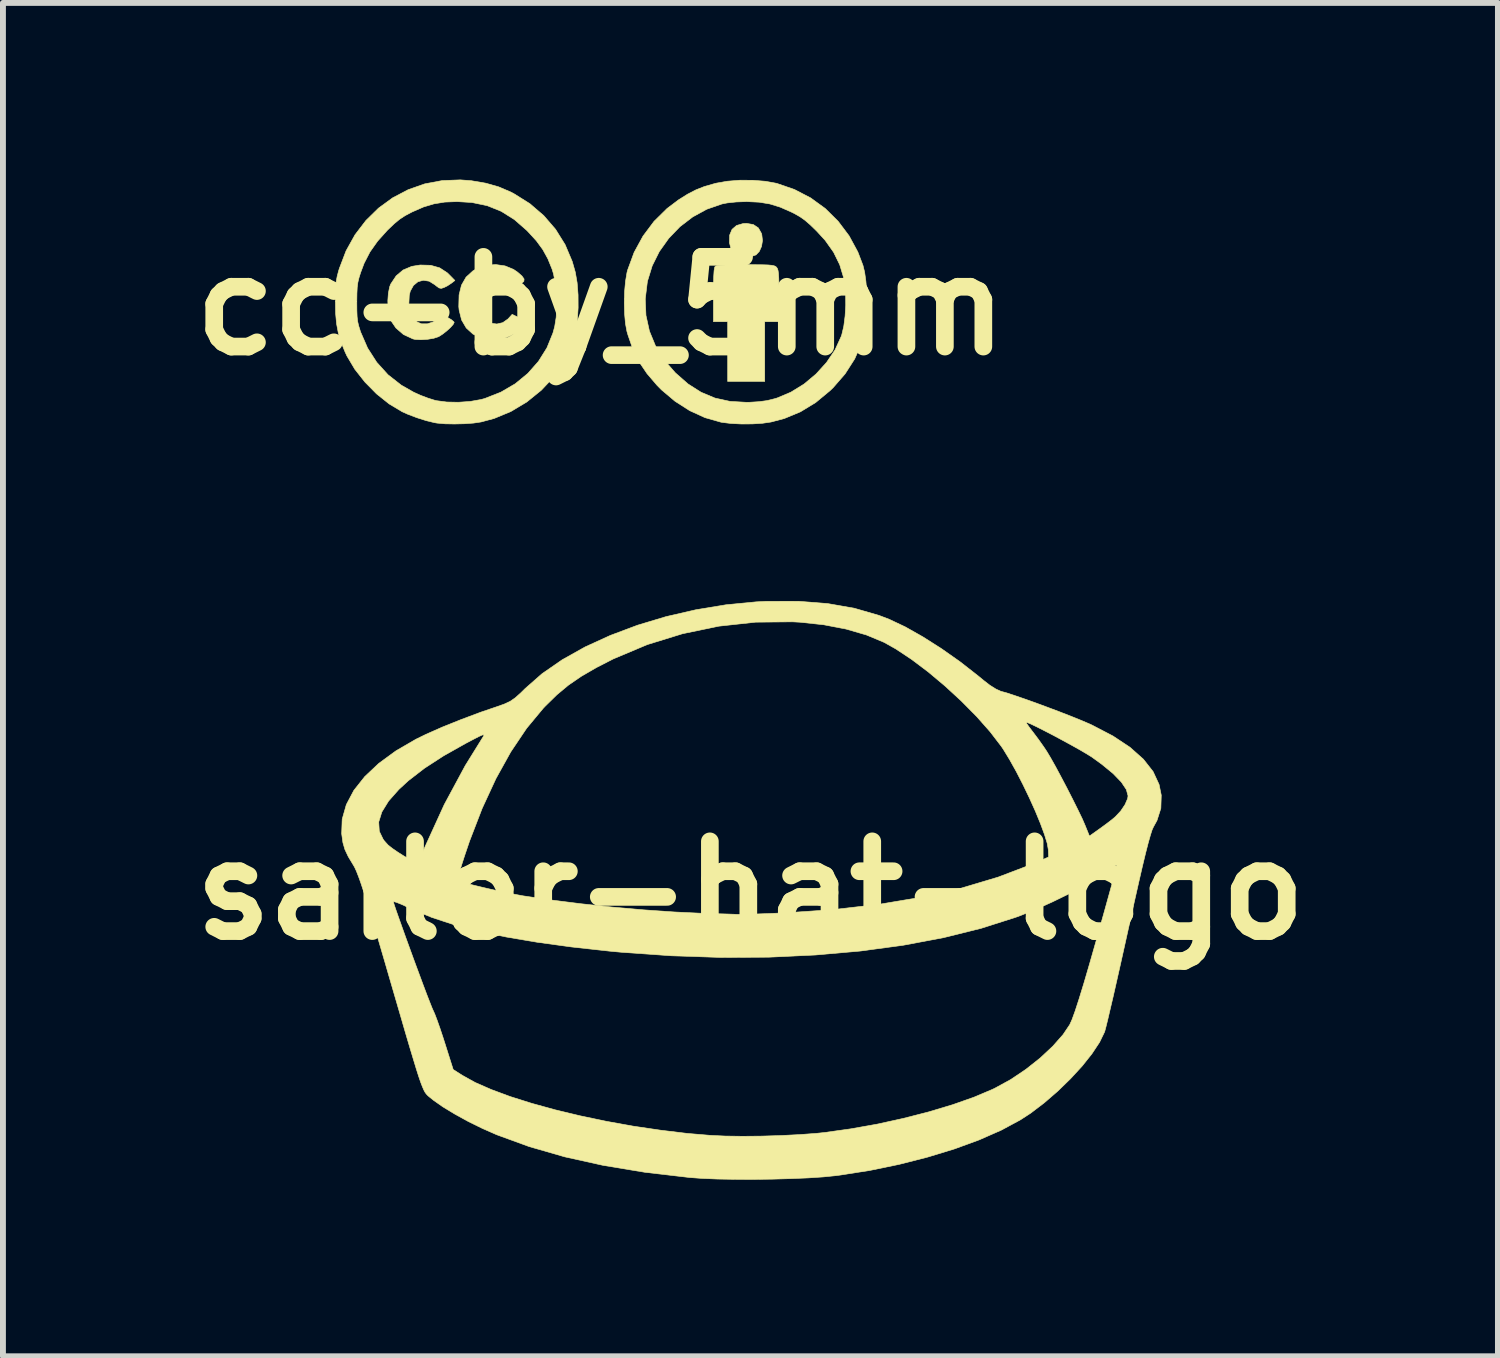
<source format=kicad_pcb>
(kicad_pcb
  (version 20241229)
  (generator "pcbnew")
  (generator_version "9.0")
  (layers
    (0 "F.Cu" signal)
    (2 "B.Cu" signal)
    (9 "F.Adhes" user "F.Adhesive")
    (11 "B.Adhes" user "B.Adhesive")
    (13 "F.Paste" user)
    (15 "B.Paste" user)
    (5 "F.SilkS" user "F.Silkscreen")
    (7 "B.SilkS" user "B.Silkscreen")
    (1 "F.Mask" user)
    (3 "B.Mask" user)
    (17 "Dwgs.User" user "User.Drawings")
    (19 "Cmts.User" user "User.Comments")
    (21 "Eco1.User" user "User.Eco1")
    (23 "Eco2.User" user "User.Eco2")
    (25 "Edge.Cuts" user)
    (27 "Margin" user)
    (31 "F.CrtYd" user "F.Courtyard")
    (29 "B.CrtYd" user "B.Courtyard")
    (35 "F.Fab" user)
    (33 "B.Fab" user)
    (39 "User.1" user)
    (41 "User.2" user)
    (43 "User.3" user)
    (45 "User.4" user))
  (footprint "sailor-hat-logo"
    (layer "F.Cu")
    (at 9.696 12.074)
    (property "Reference" "sailor-hat-logo" (at 0 0 0) (layer "F.SilkS") (effects (font (size 1.524 1.524) (thickness 0.3))))
    (attr through_hole)
    (fp_poly (pts (xy 1.31 -4.873) (xy 1.765 -4.793) (xy 2.183 -4.672) (xy 2.356 -4.606) (xy 2.627 -4.478) (xy 2.926 -4.309) (xy 3.241 -4.109) (xy 3.558 -3.886) (xy 3.864 -3.647) (xy 3.956 -3.571) (xy 4.064 -3.487) (xy 4.169 -3.421) (xy 4.25 -3.384) (xy 4.259 -3.381) (xy 4.345 -3.358) (xy 4.479 -3.314) (xy 4.648 -3.256) (xy 4.842 -3.187) (xy 5.047 -3.111) (xy 5.254 -3.033) (xy 5.449 -2.957) (xy 5.622 -2.887) (xy 5.76 -2.828) (xy 5.803 -2.808) (xy 6.156 -2.624) (xy 6.446 -2.432) (xy 6.673 -2.23) (xy 6.838 -2.02) (xy 6.94 -1.8) (xy 6.977 -1.618) (xy 6.97 -1.395) (xy 6.904 -1.188) (xy 6.844 -1.079) (xy 6.822 -1.031) (xy 6.794 -0.944) (xy 6.757 -0.814) (xy 6.712 -0.639) (xy 6.658 -0.415) (xy 6.594 -0.138) (xy 6.519 0.194) (xy 6.433 0.584) (xy 6.418 0.651) (xy 6.348 0.967) (xy 6.281 1.267) (xy 6.218 1.546) (xy 6.161 1.798) (xy 6.11 2.014) (xy 6.069 2.19) (xy 6.037 2.319) (xy 6.017 2.394) (xy 6.013 2.405) (xy 5.929 2.578) (xy 5.799 2.774) (xy 5.632 2.984) (xy 5.435 3.198) (xy 5.218 3.409) (xy 4.989 3.607) (xy 4.758 3.783) (xy 4.584 3.896) (xy 4.261 4.07) (xy 3.884 4.236) (xy 3.463 4.39) (xy 3.007 4.529) (xy 2.525 4.652) (xy 2.027 4.755) (xy 1.522 4.834) (xy 1.445 4.844) (xy 1.236 4.865) (xy 0.978 4.882) (xy 0.685 4.894) (xy 0.37 4.903) (xy 0.048 4.907) (xy -0.269 4.906) (xy -0.564 4.901) (xy -0.826 4.89) (xy -1.032 4.875) (xy -1.794 4.786) (xy -2.5 4.669) (xy -3.154 4.524) (xy -3.758 4.35) (xy -4.314 4.147) (xy -4.318 4.145) (xy -4.554 4.041) (xy -4.794 3.923) (xy -5.021 3.798) (xy -5.224 3.675) (xy -5.386 3.561) (xy -5.439 3.518) (xy -5.465 3.497) (xy -5.487 3.477) (xy -5.507 3.455) (xy -5.528 3.426) (xy -5.549 3.386) (xy -5.573 3.33) (xy -5.602 3.255) (xy -5.636 3.155) (xy -5.677 3.026) (xy -5.726 2.865) (xy -5.786 2.666) (xy -5.857 2.426) (xy -5.94 2.14) (xy -6.038 1.804) (xy -6.152 1.413) (xy -6.212 1.206) (xy -6.319 0.841) (xy -6.41 0.532) (xy -6.488 0.275) (xy -6.514 0.193) (xy -6.064 0.193) (xy -6.054 0.232) (xy -6.024 0.322) (xy -5.978 0.453) (xy -5.92 0.616) (xy -5.853 0.803) (xy -5.78 1.004) (xy -5.705 1.21) (xy -5.63 1.412) (xy -5.56 1.601) (xy -5.497 1.768) (xy -5.444 1.904) (xy -5.406 2) (xy -5.385 2.047) (xy -5.384 2.048) (xy -5.361 2.1) (xy -5.323 2.2) (xy -5.275 2.336) (xy -5.222 2.495) (xy -5.196 2.576) (xy -5.049 3.041) (xy -4.897 3.138) (xy -4.678 3.26) (xy -4.402 3.381) (xy -4.078 3.501) (xy -3.713 3.616) (xy -3.314 3.726) (xy -2.889 3.828) (xy -2.445 3.921) (xy -1.99 4.003) (xy -1.53 4.071) (xy -1.075 4.126) (xy -0.683 4.159) (xy -0.43 4.171) (xy -0.134 4.175) (xy 0.189 4.172) (xy 0.518 4.162) (xy 0.835 4.146) (xy 1.122 4.125) (xy 1.264 4.11) (xy 1.706 4.048) (xy 2.155 3.968) (xy 2.6 3.87) (xy 3.029 3.76) (xy 3.432 3.639) (xy 3.796 3.511) (xy 4.11 3.378) (xy 4.159 3.354) (xy 4.422 3.21) (xy 4.679 3.037) (xy 4.92 2.846) (xy 5.134 2.646) (xy 5.309 2.448) (xy 5.422 2.28) (xy 5.461 2.194) (xy 5.514 2.048) (xy 5.581 1.842) (xy 5.663 1.575) (xy 5.759 1.247) (xy 5.87 0.858) (xy 5.87 0.857) (xy 5.946 0.586) (xy 6.017 0.333) (xy 6.08 0.106) (xy 6.134 -0.089) (xy 6.177 -0.246) (xy 6.206 -0.358) (xy 6.222 -0.417) (xy 6.223 -0.426) (xy 6.204 -0.43) (xy 6.167 -0.406) (xy 6.033 -0.304) (xy 5.851 -0.186) (xy 5.631 -0.06) (xy 5.385 0.069) (xy 5.124 0.196) (xy 4.859 0.315) (xy 4.603 0.419) (xy 4.506 0.455) (xy 3.917 0.643) (xy 3.276 0.802) (xy 2.59 0.931) (xy 1.863 1.029) (xy 1.101 1.096) (xy 0.309 1.133) (xy -0.508 1.137) (xy -1.344 1.109) (xy -2.194 1.049) (xy -2.397 1.03) (xy -3.04 0.959) (xy -3.623 0.879) (xy -4.148 0.79) (xy -4.62 0.691) (xy -5.04 0.58) (xy -5.411 0.458) (xy -5.737 0.324) (xy -5.816 0.287) (xy -5.926 0.236) (xy -6.011 0.202) (xy -6.059 0.189) (xy -6.064 0.193) (xy -6.514 0.193) (xy -6.554 0.065) (xy -6.609 -0.102) (xy -6.634 -0.174) (xy -4.977 -0.174) (xy -4.976 -0.171) (xy -4.936 -0.154) (xy -4.845 -0.127) (xy -4.715 -0.093) (xy -4.558 -0.055) (xy -4.386 -0.015) (xy -4.211 0.023) (xy -4.044 0.057) (xy -3.897 0.085) (xy -3.858 0.092) (xy -3.391 0.161) (xy -2.882 0.225) (xy -2.35 0.282) (xy -1.815 0.329) (xy -1.297 0.365) (xy -0.815 0.388) (xy -0.683 0.392) (xy -0.531 0.396) (xy -0.388 0.4) (xy -0.276 0.404) (xy -0.238 0.406) (xy -0.169 0.406) (xy -0.048 0.404) (xy 0.114 0.399) (xy 0.305 0.392) (xy 0.514 0.383) (xy 0.587 0.38) (xy 1.405 0.325) (xy 2.178 0.236) (xy 2.904 0.114) (xy 3.581 -0.04) (xy 4.207 -0.227) (xy 4.78 -0.445) (xy 4.826 -0.465) (xy 5.064 -0.569) (xy 5.059 -0.692) (xy 5.04 -0.801) (xy 4.993 -0.953) (xy 4.924 -1.14) (xy 4.837 -1.351) (xy 4.736 -1.575) (xy 4.627 -1.801) (xy 4.514 -2.021) (xy 4.401 -2.223) (xy 4.295 -2.397) (xy 4.259 -2.45) (xy 4.071 -2.695) (xy 3.928 -2.857) (xy 4.683 -2.857) (xy 4.692 -2.835) (xy 4.733 -2.776) (xy 4.796 -2.693) (xy 4.798 -2.691) (xy 4.888 -2.571) (xy 4.98 -2.441) (xy 5.032 -2.363) (xy 5.096 -2.256) (xy 5.18 -2.107) (xy 5.275 -1.93) (xy 5.376 -1.738) (xy 5.474 -1.546) (xy 5.563 -1.367) (xy 5.636 -1.216) (xy 5.684 -1.105) (xy 5.684 -1.105) (xy 5.757 -0.924) (xy 5.934 -1.05) (xy 6.041 -1.128) (xy 6.139 -1.203) (xy 6.198 -1.253) (xy 6.288 -1.349) (xy 6.362 -1.459) (xy 6.406 -1.561) (xy 6.413 -1.607) (xy 6.384 -1.714) (xy 6.299 -1.841) (xy 6.16 -1.985) (xy 5.969 -2.142) (xy 5.798 -2.266) (xy 5.716 -2.317) (xy 5.599 -2.386) (xy 5.458 -2.465) (xy 5.302 -2.55) (xy 5.144 -2.635) (xy 4.993 -2.713) (xy 4.861 -2.78) (xy 4.758 -2.829) (xy 4.695 -2.855) (xy 4.683 -2.857) (xy 3.928 -2.857) (xy 3.842 -2.954) (xy 3.583 -3.216) (xy 3.305 -3.472) (xy 3.019 -3.712) (xy 2.735 -3.926) (xy 2.466 -4.104) (xy 2.27 -4.214) (xy 1.971 -4.339) (xy 1.624 -4.44) (xy 1.244 -4.513) (xy 0.843 -4.556) (xy 0.714 -4.563) (xy 0.087 -4.557) (xy -0.537 -4.489) (xy -1.153 -4.361) (xy -1.753 -4.176) (xy -2.33 -3.933) (xy -2.617 -3.786) (xy -2.874 -3.637) (xy -3.091 -3.488) (xy -3.288 -3.324) (xy -3.486 -3.13) (xy -3.521 -3.093) (xy -3.803 -2.753) (xy -4.071 -2.354) (xy -4.323 -1.9) (xy -4.557 -1.394) (xy -4.771 -0.839) (xy -4.857 -0.585) (xy -4.905 -0.436) (xy -4.943 -0.31) (xy -4.968 -0.219) (xy -4.977 -0.174) (xy -6.634 -0.174) (xy -6.655 -0.232) (xy -6.693 -0.329) (xy -6.725 -0.398) (xy -6.743 -0.429) (xy -6.831 -0.575) (xy -6.888 -0.696) (xy -6.922 -0.813) (xy -6.941 -0.95) (xy -6.943 -0.966) (xy -6.936 -1.163) (xy -6.314 -1.163) (xy -6.304 -1.005) (xy -6.234 -0.86) (xy -6.155 -0.772) (xy -6.086 -0.717) (xy -5.993 -0.653) (xy -5.889 -0.587) (xy -5.789 -0.529) (xy -5.707 -0.487) (xy -5.658 -0.47) (xy -5.65 -0.472) (xy -5.63 -0.508) (xy -5.593 -0.589) (xy -5.546 -0.699) (xy -5.526 -0.746) (xy -5.2 -1.46) (xy -4.844 -2.121) (xy -4.555 -2.587) (xy -4.531 -2.625) (xy -4.527 -2.644) (xy -4.551 -2.642) (xy -4.609 -2.617) (xy -4.71 -2.565) (xy -4.828 -2.503) (xy -5.212 -2.287) (xy -5.537 -2.076) (xy -5.81 -1.865) (xy -5.972 -1.716) (xy -6.147 -1.518) (xy -6.261 -1.333) (xy -6.314 -1.163) (xy -6.936 -1.163) (xy -6.934 -1.212) (xy -6.864 -1.458) (xy -6.736 -1.7) (xy -6.551 -1.934) (xy -6.312 -2.159) (xy -6.022 -2.371) (xy -5.683 -2.568) (xy -5.511 -2.652) (xy -5.233 -2.775) (xy -4.914 -2.903) (xy -4.578 -3.029) (xy -4.302 -3.123) (xy -4.176 -3.168) (xy -4.08 -3.213) (xy -3.995 -3.272) (xy -3.9 -3.357) (xy -3.826 -3.43) (xy -3.539 -3.682) (xy -3.198 -3.918) (xy -2.809 -4.136) (xy -2.38 -4.332) (xy -1.919 -4.505) (xy -1.434 -4.651) (xy -0.931 -4.767) (xy -0.418 -4.852) (xy 0.097 -4.902) (xy 0.27 -4.911) (xy 0.813 -4.912) (xy 1.31 -4.873)) (stroke (width 0.01) (type solid)) (fill yes) (layer "F.SilkS")))
  (footprint "cc-by_5mm"
    (layer "F.Cu")
    (at 7.156 2.147)
    (property "Reference" "cc-by_5mm" (at 0 0 0) (layer "F.SilkS") (effects (font (size 1.524 1.524) (thickness 0.3))))
    (attr through_hole)
    (fp_poly (pts (xy 2.589 -1.383) (xy 2.674 -1.326) (xy 2.727 -1.232) (xy 2.732 -1.214) (xy 2.744 -1.111) (xy 2.728 -1.012) (xy 2.69 -0.927) (xy 2.634 -0.868) (xy 2.568 -0.846) (xy 2.51 -0.841) (xy 2.48 -0.836) (xy 2.422 -0.835) (xy 2.357 -0.848) (xy 2.266 -0.895) (xy 2.209 -0.973) (xy 2.183 -1.075) (xy 2.186 -1.203) (xy 2.227 -1.301) (xy 2.303 -1.367) (xy 2.415 -1.4) (xy 2.475 -1.403) (xy 2.589 -1.383)) (stroke (width 0.01) (type solid)) (fill yes) (layer "F.SilkS"))
    (fp_poly (pts (xy 2.623 -0.701) (xy 2.749 -0.7) (xy 2.839 -0.697) (xy 2.901 -0.691) (xy 2.941 -0.683) (xy 2.967 -0.672) (xy 2.984 -0.657) (xy 2.998 -0.635) (xy 3.009 -0.6) (xy 3.016 -0.547) (xy 3.021 -0.466) (xy 3.023 -0.353) (xy 3.024 -0.199) (xy 3.024 -0.173) (xy 3.024 0.266) (xy 2.782 0.266) (xy 2.782 1.282) (xy 2.153 1.282) (xy 2.153 0.266) (xy 1.911 0.266) (xy 1.911 -0.189) (xy 1.912 -0.369) (xy 1.916 -0.505) (xy 1.922 -0.599) (xy 1.931 -0.654) (xy 1.94 -0.672) (xy 1.969 -0.684) (xy 2.032 -0.692) (xy 2.134 -0.697) (xy 2.277 -0.701) (xy 2.456 -0.702) (xy 2.623 -0.701)) (stroke (width 0.01) (type solid)) (fill yes) (layer "F.SilkS"))
    (fp_poly (pts (xy -1.629 -0.681) (xy -1.485 -0.622) (xy -1.416 -0.575) (xy -1.34 -0.508) (xy -1.305 -0.458) (xy -1.309 -0.418) (xy -1.353 -0.379) (xy -1.41 -0.346) (xy -1.538 -0.276) (xy -1.612 -0.356) (xy -1.699 -0.419) (xy -1.795 -0.439) (xy -1.89 -0.418) (xy -1.973 -0.358) (xy -2.02 -0.29) (xy -2.045 -0.207) (xy -2.055 -0.098) (xy -2.05 0.018) (xy -2.031 0.122) (xy -2.016 0.163) (xy -1.953 0.245) (xy -1.866 0.293) (xy -1.767 0.306) (xy -1.667 0.283) (xy -1.579 0.221) (xy -1.573 0.215) (xy -1.507 0.142) (xy -1.395 0.197) (xy -1.331 0.231) (xy -1.29 0.259) (xy -1.282 0.269) (xy -1.3 0.308) (xy -1.347 0.363) (xy -1.411 0.423) (xy -1.482 0.478) (xy -1.515 0.499) (xy -1.637 0.548) (xy -1.781 0.572) (xy -1.926 0.569) (xy -2.022 0.548) (xy -2.173 0.477) (xy -2.287 0.373) (xy -2.366 0.238) (xy -2.408 0.071) (xy -2.414 0.01) (xy -2.409 -0.188) (xy -2.368 -0.354) (xy -2.29 -0.49) (xy -2.174 -0.596) (xy -2.102 -0.638) (xy -1.95 -0.69) (xy -1.788 -0.704) (xy -1.629 -0.681)) (stroke (width 0.01) (type solid)) (fill yes) (layer "F.SilkS"))
    (fp_poly (pts (xy -2.891 -0.691) (xy -2.739 -0.648) (xy -2.61 -0.564) (xy -2.575 -0.53) (xy -2.48 -0.433) (xy -2.54 -0.387) (xy -2.608 -0.342) (xy -2.667 -0.313) (xy -2.712 -0.299) (xy -2.75 -0.307) (xy -2.799 -0.343) (xy -2.819 -0.36) (xy -2.917 -0.421) (xy -3.016 -0.437) (xy -3.108 -0.412) (xy -3.184 -0.349) (xy -3.238 -0.252) (xy -3.255 -0.18) (xy -3.262 -0.036) (xy -3.239 0.093) (xy -3.19 0.198) (xy -3.119 0.272) (xy -3.047 0.303) (xy -2.948 0.303) (xy -2.849 0.271) (xy -2.771 0.212) (xy -2.761 0.199) (xy -2.715 0.135) (xy -2.603 0.195) (xy -2.54 0.233) (xy -2.5 0.266) (xy -2.492 0.279) (xy -2.51 0.314) (xy -2.556 0.366) (xy -2.62 0.424) (xy -2.689 0.478) (xy -2.753 0.519) (xy -2.757 0.521) (xy -2.838 0.548) (xy -2.945 0.566) (xy -3.057 0.573) (xy -3.154 0.568) (xy -3.193 0.559) (xy -3.354 0.484) (xy -3.482 0.373) (xy -3.571 0.242) (xy -3.6 0.156) (xy -3.615 0.04) (xy -3.619 -0.09) (xy -3.61 -0.217) (xy -3.588 -0.325) (xy -3.571 -0.371) (xy -3.478 -0.511) (xy -3.36 -0.611) (xy -3.213 -0.673) (xy -3.07 -0.696) (xy -2.891 -0.691)) (stroke (width 0.01) (type solid)) (fill yes) (layer "F.SilkS"))
    (fp_poly (pts (xy 2.582 -2.135) (xy 2.794 -2.118) (xy 2.98 -2.084) (xy 2.988 -2.082) (xy 3.286 -1.979) (xy 3.562 -1.836) (xy 3.811 -1.655) (xy 4.029 -1.439) (xy 4.215 -1.192) (xy 4.364 -0.917) (xy 4.451 -0.689) (xy 4.479 -0.574) (xy 4.5 -0.424) (xy 4.515 -0.252) (xy 4.522 -0.072) (xy 4.522 0.102) (xy 4.513 0.258) (xy 4.501 0.353) (xy 4.428 0.631) (xy 4.31 0.899) (xy 4.148 1.152) (xy 3.945 1.386) (xy 3.892 1.437) (xy 3.647 1.64) (xy 3.389 1.797) (xy 3.115 1.911) (xy 2.887 1.971) (xy 2.743 1.992) (xy 2.57 2.003) (xy 2.385 2.004) (xy 2.207 1.995) (xy 2.053 1.976) (xy 2.03 1.971) (xy 1.767 1.896) (xy 1.507 1.777) (xy 1.259 1.618) (xy 1.03 1.425) (xy 0.953 1.347) (xy 0.783 1.148) (xy 0.649 0.95) (xy 0.544 0.737) (xy 0.46 0.494) (xy 0.442 0.433) (xy 0.417 0.298) (xy 0.402 0.13) (xy 0.397 -0.055) (xy 0.399 -0.119) (xy 0.753 -0.119) (xy 0.765 0.16) (xy 0.824 0.427) (xy 0.929 0.682) (xy 1.079 0.922) (xy 1.263 1.134) (xy 1.478 1.323) (xy 1.701 1.465) (xy 1.937 1.564) (xy 2.192 1.62) (xy 2.471 1.636) (xy 2.528 1.635) (xy 2.688 1.625) (xy 2.821 1.607) (xy 2.946 1.576) (xy 2.991 1.563) (xy 3.226 1.464) (xy 3.45 1.326) (xy 3.654 1.155) (xy 3.832 0.959) (xy 3.977 0.744) (xy 4.081 0.517) (xy 4.092 0.484) (xy 4.125 0.344) (xy 4.147 0.173) (xy 4.158 -0.014) (xy 4.156 -0.201) (xy 4.142 -0.373) (xy 4.125 -0.472) (xy 4.056 -0.701) (xy 3.952 -0.913) (xy 3.808 -1.116) (xy 3.665 -1.272) (xy 3.557 -1.377) (xy 3.467 -1.455) (xy 3.381 -1.516) (xy 3.286 -1.57) (xy 3.242 -1.592) (xy 3.048 -1.678) (xy 2.87 -1.733) (xy 2.688 -1.763) (xy 2.482 -1.773) (xy 2.467 -1.773) (xy 2.298 -1.767) (xy 2.147 -1.751) (xy 2.056 -1.733) (xy 1.799 -1.644) (xy 1.559 -1.513) (xy 1.341 -1.346) (xy 1.151 -1.148) (xy 0.992 -0.925) (xy 0.871 -0.682) (xy 0.791 -0.423) (xy 0.788 -0.406) (xy 0.753 -0.119) (xy 0.399 -0.119) (xy 0.402 -0.243) (xy 0.418 -0.419) (xy 0.443 -0.569) (xy 0.454 -0.611) (xy 0.564 -0.91) (xy 0.715 -1.187) (xy 0.902 -1.437) (xy 1.124 -1.656) (xy 1.316 -1.801) (xy 1.472 -1.899) (xy 1.613 -1.972) (xy 1.757 -2.029) (xy 1.924 -2.077) (xy 1.959 -2.086) (xy 2.147 -2.119) (xy 2.36 -2.136) (xy 2.582 -2.135)) (stroke (width 0.01) (type solid)) (fill yes) (layer "F.SilkS"))
    (fp_poly (pts (xy -2.202 -2.128) (xy -1.956 -2.086) (xy -1.738 -2.024) (xy -1.532 -1.936) (xy -1.48 -1.909) (xy -1.207 -1.738) (xy -0.97 -1.534) (xy -0.77 -1.302) (xy -0.608 -1.042) (xy -0.487 -0.756) (xy -0.435 -0.574) (xy -0.404 -0.395) (xy -0.388 -0.188) (xy -0.387 0.03) (xy -0.4 0.24) (xy -0.428 0.424) (xy -0.434 0.45) (xy -0.524 0.733) (xy -0.651 0.99) (xy -0.82 1.227) (xy -1.013 1.431) (xy -1.26 1.631) (xy -1.529 1.792) (xy -1.813 1.91) (xy -2.037 1.97) (xy -2.166 1.989) (xy -2.322 2) (xy -2.488 2.004) (xy -2.646 2.001) (xy -2.782 1.989) (xy -2.829 1.981) (xy -2.968 1.947) (xy -3.126 1.897) (xy -3.279 1.839) (xy -3.375 1.796) (xy -3.597 1.663) (xy -3.811 1.492) (xy -4.008 1.292) (xy -4.179 1.075) (xy -4.314 0.848) (xy -4.344 0.784) (xy -4.413 0.615) (xy -4.46 0.459) (xy -4.49 0.3) (xy -4.506 0.123) (xy -4.509 -0.06) (xy -4.146 -0.06) (xy -4.145 0.077) (xy -4.141 0.18) (xy -4.132 0.261) (xy -4.115 0.335) (xy -4.09 0.415) (xy -4.083 0.438) (xy -3.963 0.714) (xy -3.807 0.957) (xy -3.616 1.168) (xy -3.39 1.345) (xy -3.181 1.464) (xy -3.064 1.517) (xy -2.94 1.564) (xy -2.829 1.599) (xy -2.794 1.608) (xy -2.619 1.631) (xy -2.42 1.635) (xy -2.218 1.621) (xy -2.034 1.588) (xy -1.972 1.571) (xy -1.7 1.464) (xy -1.455 1.321) (xy -1.241 1.145) (xy -1.061 0.941) (xy -0.917 0.711) (xy -0.815 0.46) (xy -0.785 0.35) (xy -0.76 0.192) (xy -0.75 0.008) (xy -0.755 -0.186) (xy -0.773 -0.374) (xy -0.804 -0.541) (xy -0.829 -0.625) (xy -0.901 -0.802) (xy -0.987 -0.958) (xy -1.096 -1.107) (xy -1.238 -1.262) (xy -1.258 -1.283) (xy -1.47 -1.468) (xy -1.693 -1.608) (xy -1.931 -1.704) (xy -2.191 -1.758) (xy -2.443 -1.773) (xy -2.652 -1.765) (xy -2.835 -1.735) (xy -3.013 -1.682) (xy -3.205 -1.598) (xy -3.217 -1.592) (xy -3.325 -1.535) (xy -3.418 -1.474) (xy -3.509 -1.399) (xy -3.615 -1.298) (xy -3.629 -1.284) (xy -3.794 -1.1) (xy -3.922 -0.919) (xy -4.022 -0.725) (xy -4.081 -0.568) (xy -4.109 -0.479) (xy -4.128 -0.4) (xy -4.139 -0.316) (xy -4.144 -0.214) (xy -4.146 -0.08) (xy -4.146 -0.06) (xy -4.509 -0.06) (xy -4.509 -0.073) (xy -4.508 -0.219) (xy -4.504 -0.331) (xy -4.495 -0.42) (xy -4.48 -0.501) (xy -4.458 -0.586) (xy -4.443 -0.636) (xy -4.328 -0.937) (xy -4.176 -1.21) (xy -3.991 -1.452) (xy -3.777 -1.662) (xy -3.537 -1.837) (xy -3.274 -1.975) (xy -2.993 -2.074) (xy -2.696 -2.13) (xy -2.388 -2.142) (xy -2.202 -2.128)) (stroke (width 0.01) (type solid)) (fill yes) (layer "F.SilkS")))
  (gr_rect
    (start -3 -3)
    (end 22.391 19.985)
    (stroke (width 0.1) (type default))
    (fill no)
    (layer "Edge.Cuts")))
</source>
